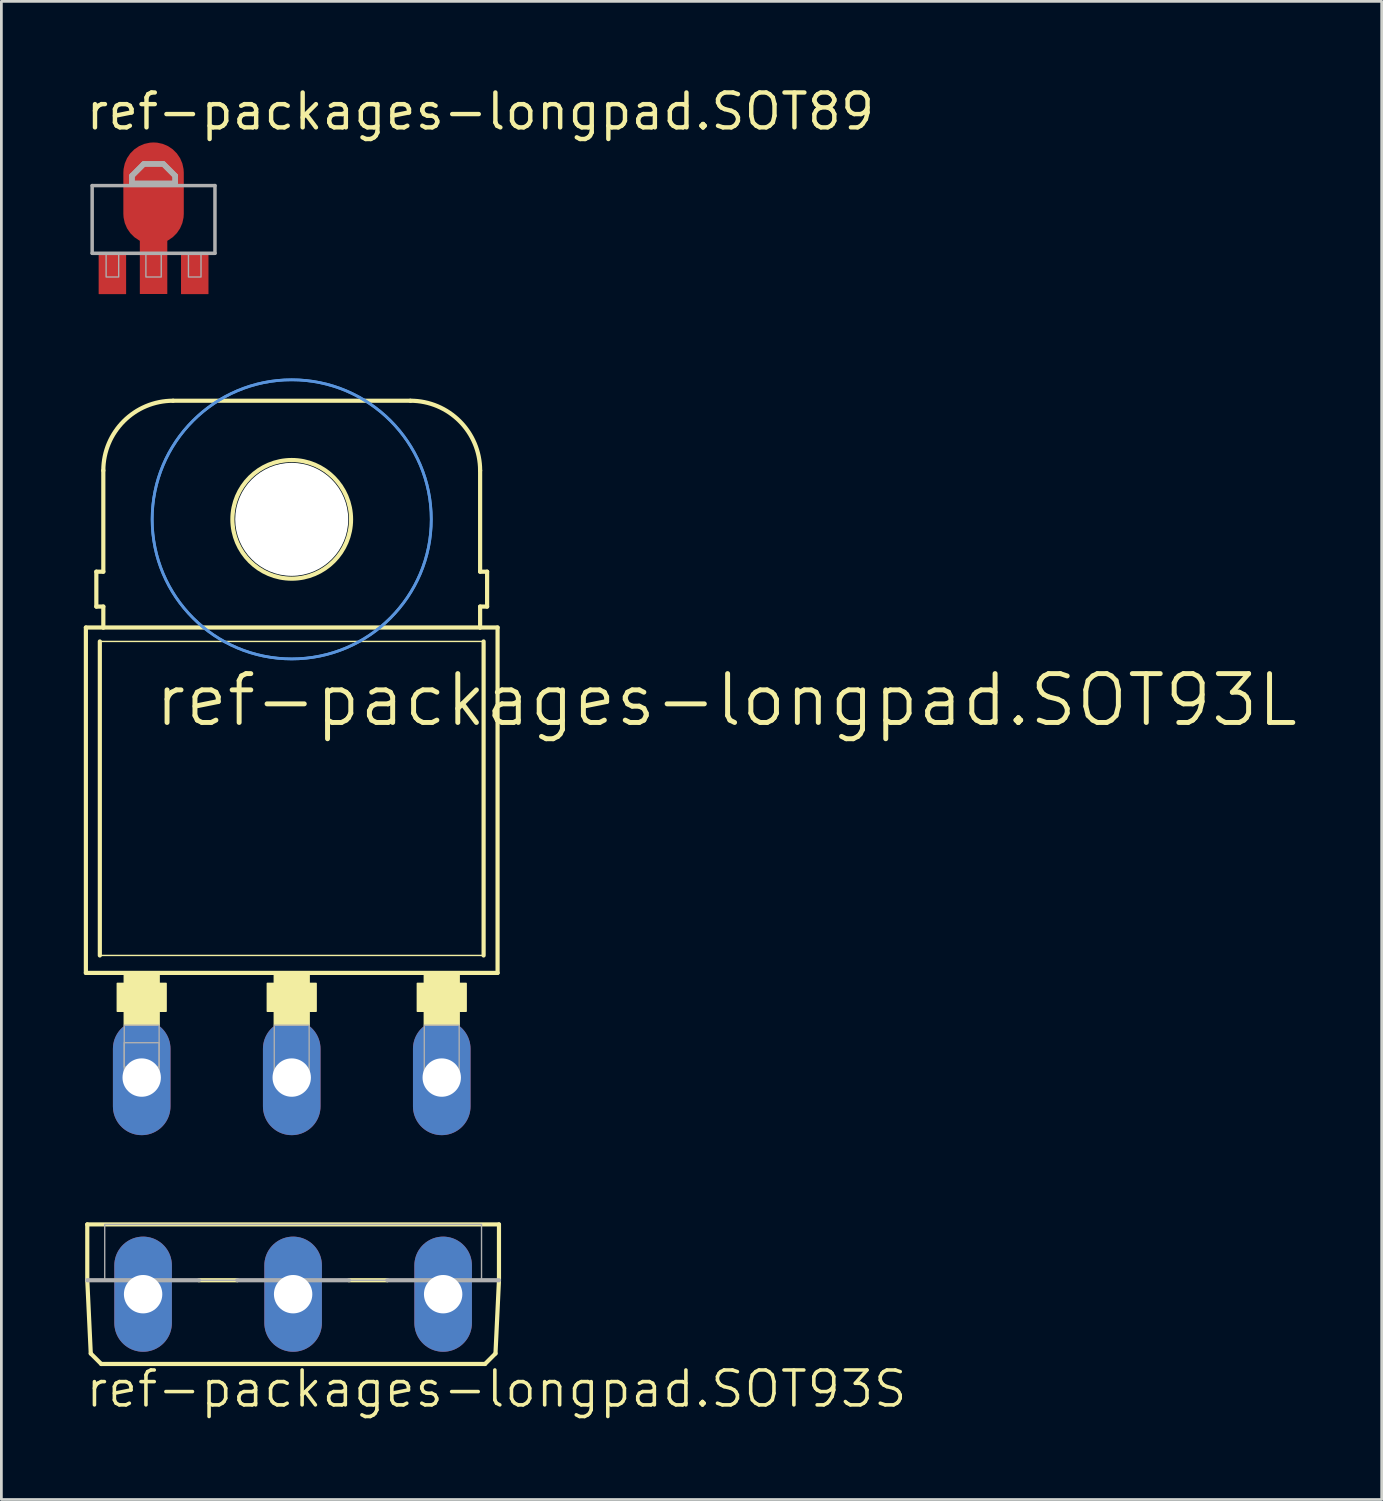
<source format=kicad_pcb>
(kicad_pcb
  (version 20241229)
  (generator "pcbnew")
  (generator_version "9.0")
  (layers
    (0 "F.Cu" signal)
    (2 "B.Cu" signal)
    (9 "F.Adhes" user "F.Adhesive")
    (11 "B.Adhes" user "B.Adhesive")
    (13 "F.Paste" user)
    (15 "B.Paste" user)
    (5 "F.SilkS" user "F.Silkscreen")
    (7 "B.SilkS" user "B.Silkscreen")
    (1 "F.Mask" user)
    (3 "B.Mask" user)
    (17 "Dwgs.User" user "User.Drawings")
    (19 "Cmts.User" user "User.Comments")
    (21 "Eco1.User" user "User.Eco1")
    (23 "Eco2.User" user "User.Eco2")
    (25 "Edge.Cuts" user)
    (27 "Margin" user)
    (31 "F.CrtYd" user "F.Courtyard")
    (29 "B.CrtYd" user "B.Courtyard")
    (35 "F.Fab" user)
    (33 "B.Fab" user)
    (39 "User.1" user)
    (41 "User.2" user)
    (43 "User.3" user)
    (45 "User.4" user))
  (footprint "ref-packages-longpad.SOT93S"
    (layer "F.Cu")
    (at 7.62 41.52)
    (property "Reference" "ref-packages-longpad.SOT93S" (at -7.62 6.731 0) (layer "F.SilkS") (effects (font (size 1.27 1.27) (thickness 0.13)) (justify left bottom)))
    (attr through_hole)
    (fp_line (start -7.493 0) (end -7.493 2.032) (stroke (width 0.152) (type default)) (layer "F.SilkS"))
    (fp_line (start -7.493 0) (end 7.493 0) (stroke (width 0.152) (type default)) (layer "F.SilkS"))
    (fp_line (start -7.493 2.032) (end -7.366 4.699) (stroke (width 0.152) (type default)) (layer "F.SilkS"))
    (fp_line (start -7.366 4.699) (end -6.985 5.08) (stroke (width 0.152) (type default)) (layer "F.SilkS"))
    (fp_line (start -2.032 2.032) (end -3.429 2.032) (stroke (width 0.152) (type default)) (layer "F.SilkS"))
    (fp_line (start 3.429 2.032) (end 2.032 2.032) (stroke (width 0.152) (type default)) (layer "F.SilkS"))
    (fp_line (start 6.985 5.08) (end -6.985 5.08) (stroke (width 0.152) (type default)) (layer "F.SilkS"))
    (fp_line (start 7.366 4.699) (end 6.985 5.08) (stroke (width 0.152) (type default)) (layer "F.SilkS"))
    (fp_line (start 7.493 0) (end 7.493 2.032) (stroke (width 0.152) (type default)) (layer "F.SilkS"))
    (fp_line (start 7.493 2.032) (end 7.366 4.699) (stroke (width 0.152) (type default)) (layer "F.SilkS"))
    (fp_line (start -3.429 2.032) (end -7.493 2.032) (stroke (width 0.152) (type default)) (layer "F.Fab"))
    (fp_line (start 2.032 2.032) (end -2.032 2.032) (stroke (width 0.152) (type default)) (layer "F.Fab"))
    (fp_line (start 7.493 2.032) (end 3.429 2.032) (stroke (width 0.152) (type default)) (layer "F.Fab"))
    (fp_rect (start -6.858 2.032) (end 6.858 0) (stroke (width 0.05) (type default)) (fill no) (layer "F.Fab"))
    (pad "A" thru_hole oval (at 0 2.54 90) (size 4.191 2.095) (drill 1.397) (layers "*.Cu" "*.Mask"))
    (pad "C" thru_hole oval (at -5.461 2.54 90) (size 4.191 2.095) (drill 1.397) (layers "*.Cu" "*.Mask"))
    (pad "G" thru_hole oval (at 5.461 2.54 90) (size 4.191 2.095) (drill 1.397) (layers "*.Cu" "*.Mask")))
  (footprint "ref-packages-longpad.SOT89"
    (layer "F.Cu")
    (at 2.54 4.925)
    (property "Reference" "ref-packages-longpad.SOT89" (at -2.54 -3.175 0) (layer "F.SilkS") (effects (font (size 1.27 1.27) (thickness 0.16)) (justify left bottom)))
    (attr smd)
    (fp_rect (start -2.025 2.775) (end -0.975 1.2) (stroke (width 0.05) (type default)) (fill yes) (layer "F.Mask"))
    (fp_rect (start -0.525 2.775) (end 0.525 1.2) (stroke (width 0.05) (type default)) (fill yes) (layer "F.Mask"))
    (fp_rect (start 0.975 2.775) (end 2.025 1.2) (stroke (width 0.05) (type default)) (fill yes) (layer "F.Mask"))
    (fp_rect (start -1.9 2.68) (end -1.1 1.28) (stroke (width 0.05) (type default)) (fill yes) (layer "F.Paste"))
    (fp_rect (start -0.4 2.68) (end 0.4 1.28) (stroke (width 0.05) (type default)) (fill yes) (layer "F.Paste"))
    (fp_rect (start 1.1 2.68) (end 1.9 1.28) (stroke (width 0.05) (type default)) (fill yes) (layer "F.Paste"))
    (fp_line (start -2.235 -1.219) (end 2.235 -1.219) (stroke (width 0.127) (type default)) (layer "F.Fab"))
    (fp_line (start -2.235 1.245) (end -2.235 -1.219) (stroke (width 0.127) (type default)) (layer "F.Fab"))
    (fp_line (start -0.787 -1.575) (end -0.356 -2.007) (stroke (width 0.2) (type default)) (layer "F.Fab"))
    (fp_line (start -0.787 -1.295) (end -0.787 -1.575) (stroke (width 0.2) (type default)) (layer "F.Fab"))
    (fp_line (start -0.356 -2.007) (end 0.356 -2.007) (stroke (width 0.2) (type default)) (layer "F.Fab"))
    (fp_line (start 0.356 -2.007) (end 0.787 -1.575) (stroke (width 0.2) (type default)) (layer "F.Fab"))
    (fp_line (start 0.787 -1.575) (end 0.787 -1.295) (stroke (width 0.2) (type default)) (layer "F.Fab"))
    (fp_line (start 0.787 -1.295) (end -0.787 -1.295) (stroke (width 0.2) (type default)) (layer "F.Fab"))
    (fp_line (start 2.235 -1.219) (end 2.235 1.245) (stroke (width 0.127) (type default)) (layer "F.Fab"))
    (fp_line (start 2.235 1.245) (end -2.235 1.245) (stroke (width 0.127) (type default)) (layer "F.Fab"))
    (fp_rect (start -1.727 2.108) (end -1.27 1.27) (stroke (width 0.05) (type default)) (fill no) (layer "F.Fab"))
    (fp_rect (start -0.279 2.108) (end 0.279 1.27) (stroke (width 0.05) (type default)) (fill no) (layer "F.Fab"))
    (fp_rect (start 1.27 2.108) (end 1.727 1.27) (stroke (width 0.05) (type default)) (fill no) (layer "F.Fab"))
    (fp_poly (pts (xy -0.787 -1.321) (xy -0.787 -1.575) (xy -0.356 -2.007) (xy 0.305 -2.007) (xy 0.356 -2.007) (xy 0.787 -1.575) (xy 0.787 -1.295) (xy -0.787 -1.295)) (stroke (width 0.2) (type default)) (fill no) (layer "F.Fab"))
    (pad "1" smd roundrect (at -1.499 1.981) (size 1 1.5) (layers "F.Cu" "F.Mask" "F.Paste") (roundrect_rratio 0.01))
    (pad "2" smd roundrect (at 0 1.727) (size 1 2) (layers "F.Cu" "F.Mask" "F.Paste") (roundrect_rratio 0.01))
    (pad "2@1" smd roundrect (at 0 -0.94) (size 2.2 3.7) (layers "F.Cu" "F.Mask" "F.Paste") (roundrect_rratio 0.5))
    (pad "3" smd roundrect (at 1.499 1.981) (size 1 1.5) (layers "F.Cu" "F.Mask" "F.Paste") (roundrect_rratio 0.01)))
  (footprint "ref-packages-longpad.SOT93L"
    (layer "F.Cu")
    (at 7.569 26.015)
    (property "Reference" "ref-packages-longpad.SOT93L" (at -5.08 -2.54 0) (layer "F.SilkS") (effects (font (size 1.778 1.778) (thickness 0.18)) (justify left bottom)))
    (attr through_hole)
    (fp_line (start -7.493 6.35) (end -7.493 -6.223) (stroke (width 0.152) (type default)) (layer "F.SilkS"))
    (fp_line (start -7.493 6.35) (end 7.493 6.35) (stroke (width 0.152) (type default)) (layer "F.SilkS"))
    (fp_line (start -7.112 -6.985) (end -7.112 -8.255) (stroke (width 0.152) (type default)) (layer "F.SilkS"))
    (fp_line (start -6.985 5.715) (end -6.985 -5.715) (stroke (width 0.152) (type default)) (layer "F.SilkS"))
    (fp_line (start -6.985 5.715) (end 6.985 5.715) (stroke (width 0.051) (type default)) (layer "F.SilkS"))
    (fp_line (start -6.858 -8.255) (end -7.112 -8.255) (stroke (width 0.152) (type default)) (layer "F.SilkS"))
    (fp_line (start -6.858 -8.255) (end -6.858 -11.938) (stroke (width 0.152) (type default)) (layer "F.SilkS"))
    (fp_line (start -6.858 -6.985) (end -7.112 -6.985) (stroke (width 0.152) (type default)) (layer "F.SilkS"))
    (fp_line (start -6.858 -6.223) (end -7.493 -6.223) (stroke (width 0.152) (type default)) (layer "F.SilkS"))
    (fp_line (start -6.858 -6.223) (end -6.858 -6.985) (stroke (width 0.152) (type default)) (layer "F.SilkS"))
    (fp_line (start 4.318 -14.478) (end -4.318 -14.478) (stroke (width 0.152) (type default)) (layer "F.SilkS"))
    (fp_line (start 6.858 -8.255) (end 6.858 -11.938) (stroke (width 0.152) (type default)) (layer "F.SilkS"))
    (fp_line (start 6.858 -8.255) (end 7.112 -8.255) (stroke (width 0.152) (type default)) (layer "F.SilkS"))
    (fp_line (start 6.858 -6.985) (end 7.112 -6.985) (stroke (width 0.152) (type default)) (layer "F.SilkS"))
    (fp_line (start 6.858 -6.223) (end -6.858 -6.223) (stroke (width 0.152) (type default)) (layer "F.SilkS"))
    (fp_line (start 6.858 -6.223) (end 6.858 -6.985) (stroke (width 0.152) (type default)) (layer "F.SilkS"))
    (fp_line (start 6.985 -5.715) (end -6.985 -5.715) (stroke (width 0.051) (type default)) (layer "F.SilkS"))
    (fp_line (start 6.985 -5.715) (end 6.985 5.715) (stroke (width 0.152) (type default)) (layer "F.SilkS"))
    (fp_line (start 7.112 -6.985) (end 7.112 -8.255) (stroke (width 0.152) (type default)) (layer "F.SilkS"))
    (fp_line (start 7.493 -6.223) (end 6.858 -6.223) (stroke (width 0.152) (type default)) (layer "F.SilkS"))
    (fp_line (start 7.493 -6.223) (end 7.493 6.35) (stroke (width 0.152) (type default)) (layer "F.SilkS"))
    (fp_rect (start -6.35 7.747) (end -4.572 6.731) (stroke (width 0.05) (type default)) (fill yes) (layer "F.SilkS"))
    (fp_rect (start -6.096 8.255) (end -4.826 6.35) (stroke (width 0.05) (type default)) (fill yes) (layer "F.SilkS"))
    (fp_rect (start -0.889 7.747) (end 0.889 6.731) (stroke (width 0.05) (type default)) (fill yes) (layer "F.SilkS"))
    (fp_rect (start -0.635 8.255) (end 0.635 6.35) (stroke (width 0.05) (type default)) (fill yes) (layer "F.SilkS"))
    (fp_rect (start 4.572 7.747) (end 6.35 6.731) (stroke (width 0.05) (type default)) (fill yes) (layer "F.SilkS"))
    (fp_rect (start 4.826 8.255) (end 6.096 6.35) (stroke (width 0.05) (type default)) (fill yes) (layer "F.SilkS"))
    (fp_arc (start -6.858 -11.938) (mid -6.114051 -13.734051) (end -4.318 -14.478) (stroke (width 0.1524) (type default)) (layer "F.SilkS"))
    (fp_arc (start 4.318 -14.478) (mid 6.114051 -13.734051) (end 6.858 -11.938) (stroke (width 0.1524) (type default)) (layer "F.SilkS"))
    (fp_circle (center 0 -10.16) (end 2.159 -10.16) (stroke (width 0.152) (type default)) (fill no) (layer "F.SilkS"))
    (fp_circle (center 0 -10.16) (end 5.08 -10.16) (stroke (width 0.1) (type default)) (fill no) (layer "Cmts.User"))
    (fp_circle (center 0 -10.16) (end 5.08 -10.16) (stroke (width 0.1) (type default)) (fill no) (layer "Cmts.User"))
    (fp_rect (start -6.096 9.779) (end -4.826 8.89) (stroke (width 0.05) (type default)) (fill no) (layer "F.Fab"))
    (fp_rect (start -6.096 10.16) (end -4.826 8.255) (stroke (width 0.05) (type default)) (fill no) (layer "F.Fab"))
    (fp_rect (start -0.635 10.16) (end 0.635 8.255) (stroke (width 0.05) (type default)) (fill no) (layer "F.Fab"))
    (fp_rect (start 4.826 10.16) (end 6.096 8.255) (stroke (width 0.05) (type default)) (fill no) (layer "F.Fab"))
    (pad "" np_thru_hole circle (at 0 -10.16) (size 4.115 4.115) (drill 4.115) (layers "*.Cu" "*.Mask"))
    (pad "A" thru_hole oval (at 0 10.16 90) (size 4.191 2.095) (drill 1.397) (layers "*.Cu" "*.Mask"))
    (pad "C" thru_hole oval (at -5.461 10.16 90) (size 4.191 2.095) (drill 1.397) (layers "*.Cu" "*.Mask"))
    (pad "G" thru_hole oval (at 5.461 10.16 90) (size 4.191 2.095) (drill 1.397) (layers "*.Cu" "*.Mask")))
  (gr_rect
    (start -3 -3)
    (end 47.245 51.534)
    (stroke (width 0.1) (type default))
    (fill no)
    (layer "Edge.Cuts")))
</source>
